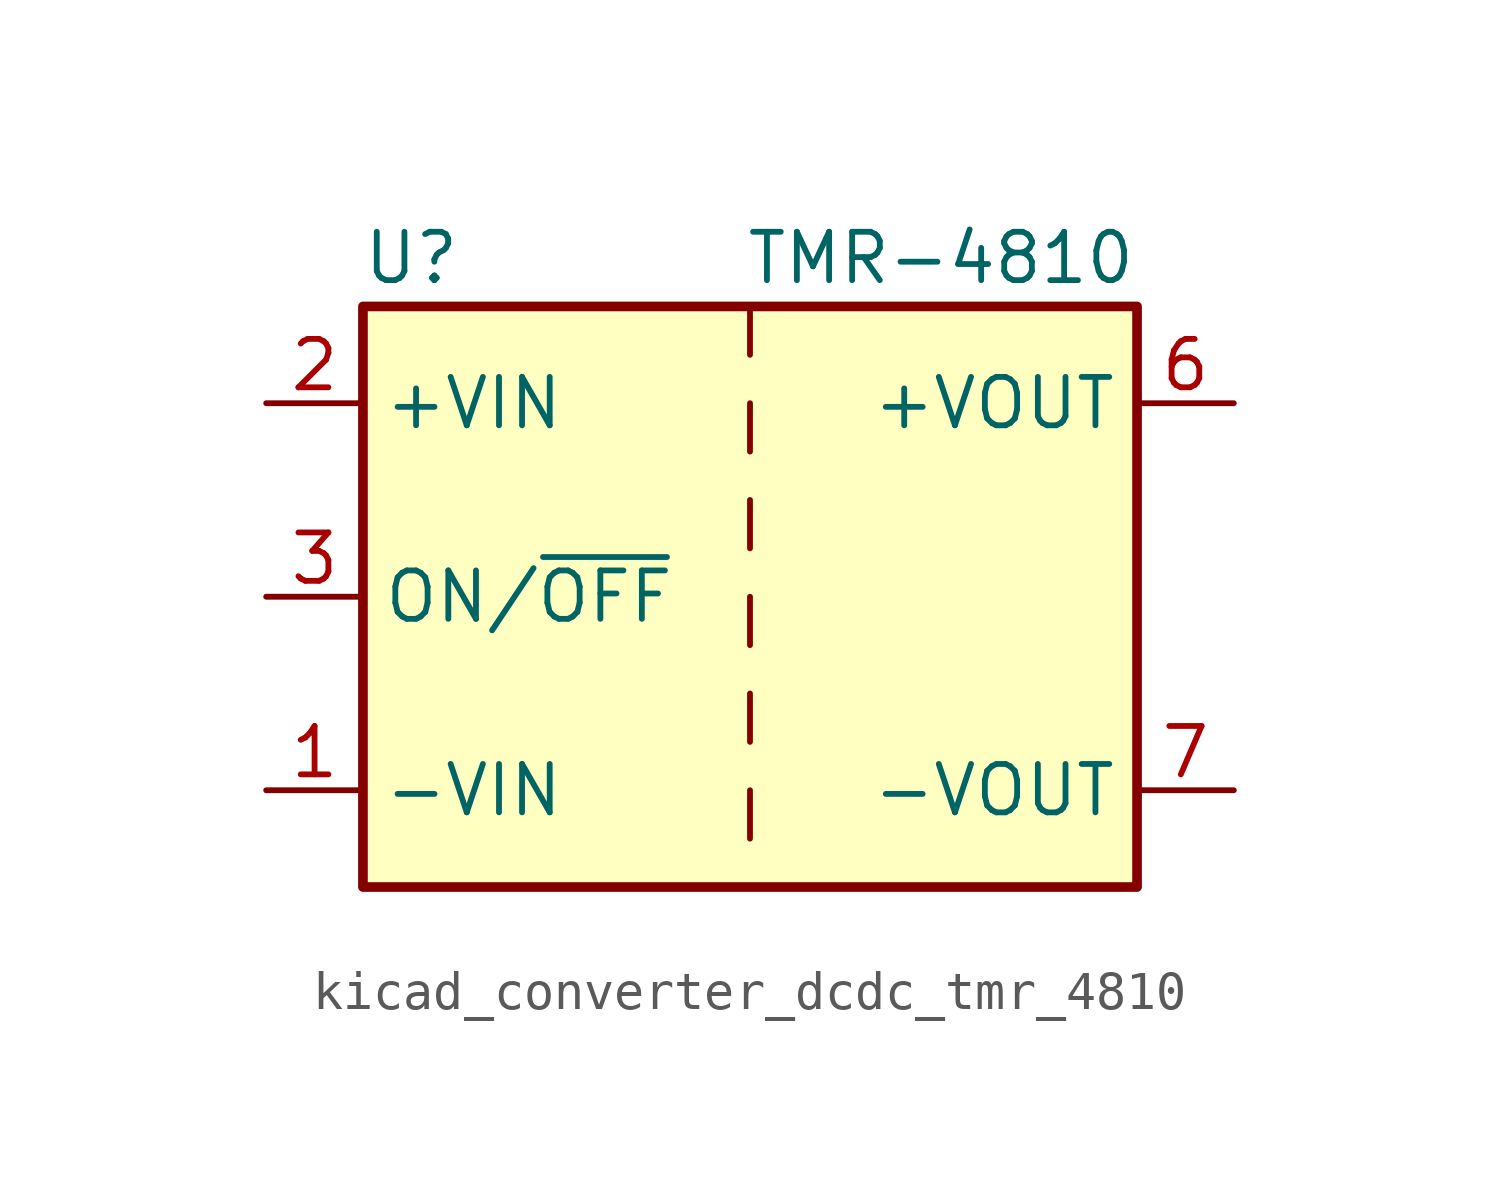
<source format=kicad_sym>
(kicad_symbol_lib
  (version 20220914)
  (generator kicad_symbol_editor)
  (symbol "kicad_converter_dcdc_tmr_4810"
    (property "Reference" "U"
      (at -8.89 8.89 0)
      (effects (font (size 1.27 1.27))))
    (property "Value" "TMR-4810"
      (at 10.16 8.89 0)
      (effects (font (size 1.27 1.27)) (justify right)))
    (symbol "kicad_converter_dcdc_tmr_4810_0_1"
      (rectangle (start -10.16 7.62) (end 10.16 -7.62) (stroke (width 0.254) (type default)) (fill (type background)))
      (polyline (pts (xy 0 -5.08) (xy 0 -6.35)) (stroke (width 0) (type default)) (fill (type none)))
      (polyline (pts (xy 0 -2.54) (xy 0 -3.81)) (stroke (width 0) (type default)) (fill (type none)))
      (polyline (pts (xy 0 0) (xy 0 -1.27)) (stroke (width 0) (type default)) (fill (type none)))
      (polyline (pts (xy 0 2.54) (xy 0 1.27)) (stroke (width 0) (type default)) (fill (type none)))
      (polyline (pts (xy 0 5.08) (xy 0 3.81)) (stroke (width 0) (type default)) (fill (type none)))
      (polyline (pts (xy 0 7.62) (xy 0 6.35)) (stroke (width 0) (type default)) (fill (type none))))
    (symbol "kicad_converter_dcdc_tmr_4810_1_1"
      (pin power_in line (at -12.7 -5.08 0) (length 2.54) (name "-VIN" (effects (font (size 1.27 1.27)))) (number "1" (effects (font (size 1.27 1.27)))))
      (pin power_in line (at -12.7 5.08 0) (length 2.54) (name "+VIN" (effects (font (size 1.27 1.27)))) (number "2" (effects (font (size 1.27 1.27)))))
      (pin input line (at -12.7 0 0) (length 2.54) (name "ON/~{OFF}" (effects (font (size 1.27 1.27)))) (number "3" (effects (font (size 1.27 1.27)))))
      (pin no_connect line (at 10.16 2.54 180) (length 2.54) hide (name "NC" (effects (font (size 1.27 1.27)))) (number "5" (effects (font (size 1.27 1.27)))))
      (pin power_out line (at 12.7 5.08 180) (length 2.54) (name "+VOUT" (effects (font (size 1.27 1.27)))) (number "6" (effects (font (size 1.27 1.27)))))
      (pin power_out line (at 12.7 -5.08 180) (length 2.54) (name "-VOUT" (effects (font (size 1.27 1.27)))) (number "7" (effects (font (size 1.27 1.27)))))
      (pin no_connect line (at 10.16 0 180) (length 2.54) hide (name "NC" (effects (font (size 1.27 1.27)))) (number "8" (effects (font (size 1.27 1.27))))))))
</source>
